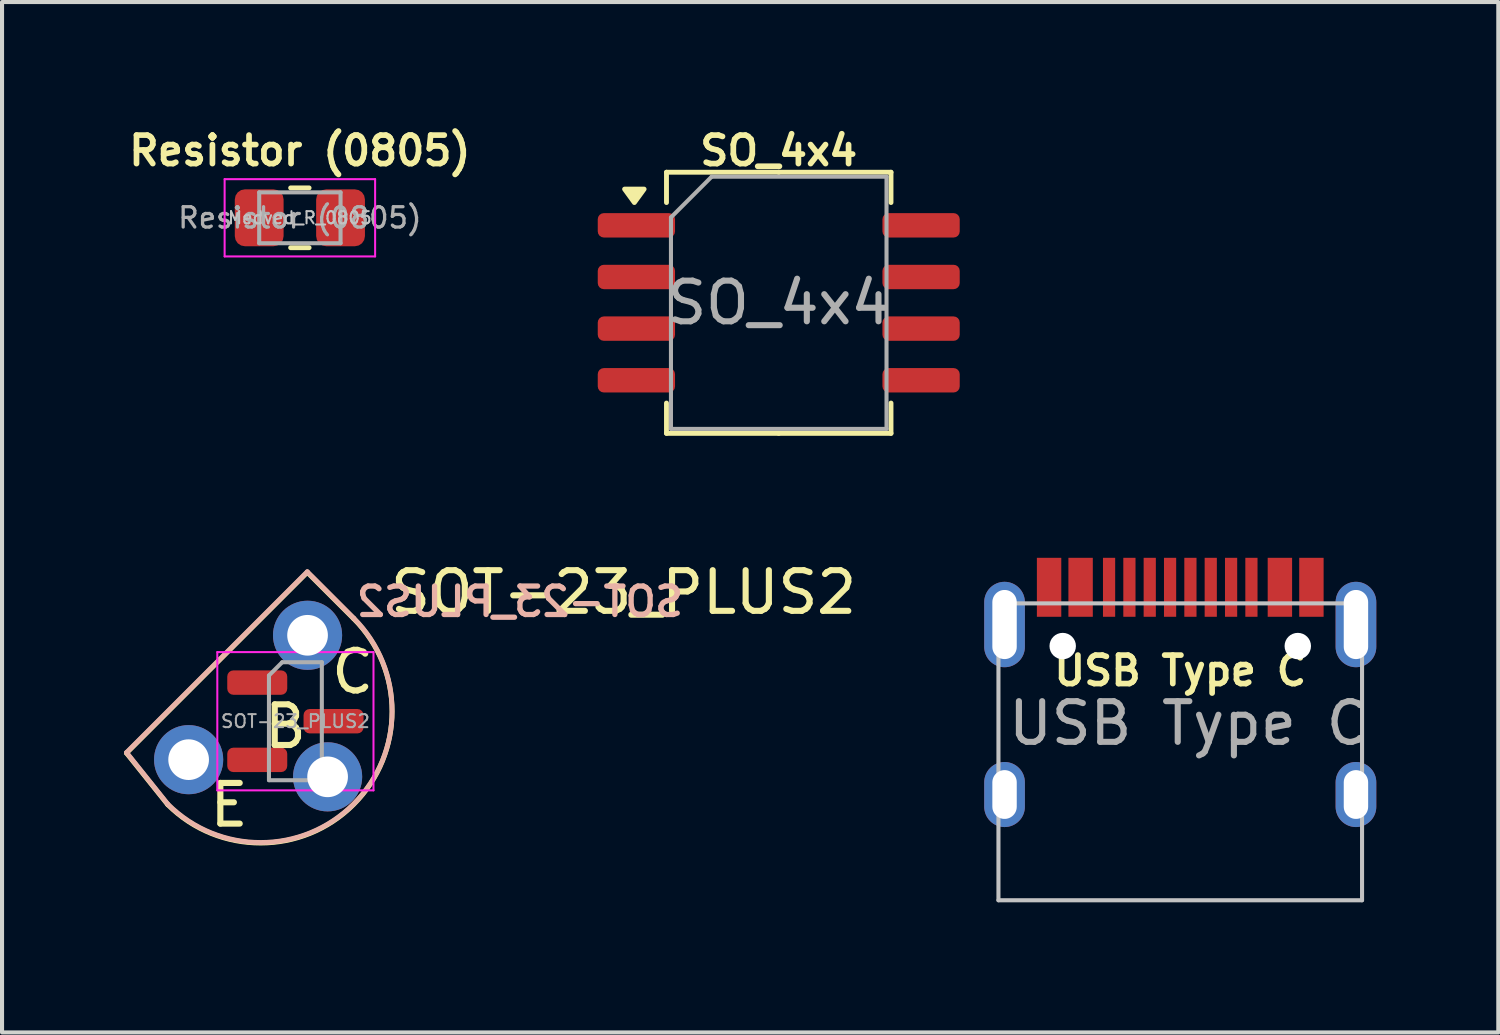
<source format=kicad_pcb>
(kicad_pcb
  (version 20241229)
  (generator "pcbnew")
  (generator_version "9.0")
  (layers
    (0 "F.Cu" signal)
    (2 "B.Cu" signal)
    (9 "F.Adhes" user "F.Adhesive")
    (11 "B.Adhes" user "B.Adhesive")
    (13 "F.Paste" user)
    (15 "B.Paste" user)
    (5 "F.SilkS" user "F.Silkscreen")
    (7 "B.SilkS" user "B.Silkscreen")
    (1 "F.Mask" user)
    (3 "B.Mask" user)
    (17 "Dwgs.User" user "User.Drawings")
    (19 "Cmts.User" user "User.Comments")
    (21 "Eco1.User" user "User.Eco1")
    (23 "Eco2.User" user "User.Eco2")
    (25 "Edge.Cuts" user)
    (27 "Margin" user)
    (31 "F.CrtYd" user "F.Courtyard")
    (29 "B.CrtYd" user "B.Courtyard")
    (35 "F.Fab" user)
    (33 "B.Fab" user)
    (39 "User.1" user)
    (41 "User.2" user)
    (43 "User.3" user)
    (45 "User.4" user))
  (footprint "SO_4x4"
    (layer "F.Cu")
    (at 16.097 4.395)
    (property "Reference" "SO_4x4" (at 0 -3.74 0) (layer "F.SilkS") (effects (font (size 0.7 0.7) (thickness 0.14) (bold yes))))
    (attr smd)
    (fp_line (start -2.76 -3.21) (end -2.76 -2.465) (stroke (width 0.12) (type solid)) (layer "F.SilkS"))
    (fp_line (start -2.76 3.21) (end -2.76 2.465) (stroke (width 0.12) (type solid)) (layer "F.SilkS"))
    (fp_line (start 0 -3.21) (end -2.76 -3.21) (stroke (width 0.12) (type solid)) (layer "F.SilkS"))
    (fp_line (start 0 -3.21) (end 2.76 -3.21) (stroke (width 0.12) (type solid)) (layer "F.SilkS"))
    (fp_line (start 0 3.21) (end -2.76 3.21) (stroke (width 0.12) (type solid)) (layer "F.SilkS"))
    (fp_line (start 0 3.21) (end 2.76 3.21) (stroke (width 0.12) (type solid)) (layer "F.SilkS"))
    (fp_line (start 2.76 -3.21) (end 2.76 -2.465) (stroke (width 0.12) (type solid)) (layer "F.SilkS"))
    (fp_line (start 2.76 3.21) (end 2.76 2.465) (stroke (width 0.12) (type solid)) (layer "F.SilkS"))
    (fp_poly (pts (xy -3.55 -2.465) (xy -3.79 -2.795) (xy -3.31 -2.795) (xy -3.55 -2.465)) (stroke (width 0.12) (type solid)) (fill yes) (layer "F.SilkS"))
    (fp_line (start -2.65 -2.1) (end -1.65 -3.1) (stroke (width 0.1) (type solid)) (layer "F.Fab"))
    (fp_line (start -2.65 3.1) (end -2.65 -2.1) (stroke (width 0.1) (type solid)) (layer "F.Fab"))
    (fp_line (start -1.65 -3.1) (end 2.65 -3.1) (stroke (width 0.1) (type solid)) (layer "F.Fab"))
    (fp_line (start 2.65 -3.1) (end 2.65 3.1) (stroke (width 0.1) (type solid)) (layer "F.Fab"))
    (fp_line (start 2.65 3.1) (end -2.65 3.1) (stroke (width 0.1) (type solid)) (layer "F.Fab"))
    (fp_text user "${REFERENCE}" (at 0 0 0) (layer "F.Fab") (effects (font (size 1 1) (thickness 0.15))))
    (pad "1" smd roundrect (at -3.5 -1.905) (size 1.9 0.6) (layers "F.Cu" "F.Mask" "F.Paste") (roundrect_rratio 0.25))
    (pad "2" smd roundrect (at -3.5 -0.635) (size 1.9 0.6) (layers "F.Cu" "F.Mask" "F.Paste") (roundrect_rratio 0.25))
    (pad "3" smd roundrect (at -3.5 0.635) (size 1.9 0.6) (layers "F.Cu" "F.Mask" "F.Paste") (roundrect_rratio 0.25))
    (pad "4" smd roundrect (at -3.5 1.905) (size 1.9 0.6) (layers "F.Cu" "F.Mask" "F.Paste") (roundrect_rratio 0.25))
    (pad "5" smd roundrect (at 3.5 1.905) (size 1.9 0.6) (layers "F.Cu" "F.Mask" "F.Paste") (roundrect_rratio 0.25))
    (pad "6" smd roundrect (at 3.5 0.635) (size 1.9 0.6) (layers "F.Cu" "F.Mask" "F.Paste") (roundrect_rratio 0.25))
    (pad "7" smd roundrect (at 3.5 -0.635) (size 1.9 0.6) (layers "F.Cu" "F.Mask" "F.Paste") (roundrect_rratio 0.25))
    (pad "8" smd roundrect (at 3.5 -1.905) (size 1.9 0.6) (layers "F.Cu" "F.Mask" "F.Paste") (roundrect_rratio 0.25)))
  (footprint "Resistor (0805)"
    (layer "F.Cu")
    (at 4.323 2.305)
    (property "Reference" "Resistor (0805)" (at 0 -1.65 0) (layer "F.SilkS") (effects (font (size 0.7 0.7) (thickness 0.14) (bold yes))))
    (property "Value" "Medved_R_0805" (at 0 1.65 0) (layer "F.Fab") (hide yes) (effects (font (size 1 1) (thickness 0.15))))
    (attr smd)
    (fp_line (start -0.227 -0.735) (end 0.227 -0.735) (stroke (width 0.12) (type solid)) (layer "F.SilkS"))
    (fp_line (start -0.227 0.735) (end 0.227 0.735) (stroke (width 0.12) (type solid)) (layer "F.SilkS"))
    (fp_line (start -1.85 -0.95) (end 1.85 -0.95) (stroke (width 0.05) (type solid)) (layer "F.CrtYd"))
    (fp_line (start -1.85 0.95) (end -1.85 -0.95) (stroke (width 0.05) (type solid)) (layer "F.CrtYd"))
    (fp_line (start 1.85 -0.95) (end 1.85 0.95) (stroke (width 0.05) (type solid)) (layer "F.CrtYd"))
    (fp_line (start 1.85 0.95) (end -1.85 0.95) (stroke (width 0.05) (type solid)) (layer "F.CrtYd"))
    (fp_line (start -1 -0.625) (end 1 -0.625) (stroke (width 0.1) (type solid)) (layer "F.Fab"))
    (fp_line (start -1 0.625) (end -1 -0.625) (stroke (width 0.1) (type solid)) (layer "F.Fab"))
    (fp_line (start 1 -0.625) (end 1 0.625) (stroke (width 0.1) (type solid)) (layer "F.Fab"))
    (fp_line (start 1 0.625) (end -1 0.625) (stroke (width 0.1) (type solid)) (layer "F.Fab"))
    (fp_text user "${VALUE}" (at 0 0 0) (layer "Dwgs.User") (effects (font (size 0.3 0.3) (thickness 0.05) (bold yes))))
    (fp_text user "${REFERENCE}" (at 0 0 0) (layer "F.Fab") (effects (font (size 0.5 0.5) (thickness 0.08))))
    (pad "1" smd roundrect (at -1 0) (size 1.2 1.4) (layers "F.Cu" "F.Mask" "F.Paste") (roundrect_rratio 0.208))
    (pad "2" smd roundrect (at 1 0) (size 1.2 1.4) (layers "F.Cu" "F.Mask" "F.Paste") (roundrect_rratio 0.208)))
  (footprint "USB Type C"
    (layer "F.Cu")
    (at 25.969 19.085)
    (property "Reference" "USB Type C" (at 0 -5.645 180) (layer "F.SilkS") (effects (font (size 0.7 0.7) (thickness 0.14) (bold yes))))
    (attr through_hole)
    (fp_line (start -4.47 -7.3) (end 4.47 -7.3) (stroke (width 0.1) (type solid)) (layer "Dwgs.User"))
    (fp_line (start -4.47 0) (end -4.47 -7.3) (stroke (width 0.1) (type solid)) (layer "Dwgs.User"))
    (fp_line (start -4.47 0) (end 4.47 0) (stroke (width 0.1) (type solid)) (layer "Dwgs.User"))
    (fp_line (start 4.47 0) (end 4.47 -7.3) (stroke (width 0.1) (type solid)) (layer "Dwgs.User"))
    (fp_text user "${REFERENCE}" (at 0.2 -4.35 180) (layer "F.Fab") (effects (font (size 1 1) (thickness 0.15))))
    (pad "" np_thru_hole circle (at -2.89 -6.25) (size 0.65 0.65) (drill 0.65) (layers "*.Cu" "*.Mask"))
    (pad "" np_thru_hole circle (at 2.89 -6.25) (size 0.65 0.65) (drill 0.65) (layers "*.Cu" "*.Mask"))
    (pad "1" smd rect (at -3.225 -7.695) (size 0.6 1.45) (layers "F.Cu" "F.Mask" "F.Paste"))
    (pad "2" smd rect (at -2.45 -7.695) (size 0.6 1.45) (layers "F.Cu" "F.Mask" "F.Paste"))
    (pad "3" smd rect (at -1.75 -7.695) (size 0.3 1.45) (layers "F.Cu" "F.Mask" "F.Paste"))
    (pad "4" smd rect (at -1.25 -7.695) (size 0.3 1.45) (layers "F.Cu" "F.Mask" "F.Paste"))
    (pad "5" smd rect (at -0.75 -7.695) (size 0.3 1.45) (layers "F.Cu" "F.Mask" "F.Paste"))
    (pad "6" smd rect (at -0.25 -7.695) (size 0.3 1.45) (layers "F.Cu" "F.Mask" "F.Paste"))
    (pad "7" smd rect (at 0.25 -7.695) (size 0.3 1.45) (layers "F.Cu" "F.Mask" "F.Paste"))
    (pad "8" smd rect (at 0.75 -7.695) (size 0.3 1.45) (layers "F.Cu" "F.Mask" "F.Paste"))
    (pad "9" smd rect (at 1.25 -7.695) (size 0.3 1.45) (layers "F.Cu" "F.Mask" "F.Paste"))
    (pad "10" smd rect (at 1.75 -7.695) (size 0.3 1.45) (layers "F.Cu" "F.Mask" "F.Paste"))
    (pad "11" smd rect (at 2.45 -7.695) (size 0.6 1.45) (layers "F.Cu" "F.Mask" "F.Paste"))
    (pad "12" smd rect (at 3.225 -7.695) (size 0.6 1.45) (layers "F.Cu" "F.Mask" "F.Paste"))
    (pad "13" thru_hole oval (at -4.32 -6.78) (size 1 2.1) (drill oval 0.6 1.7) (layers "*.Cu" "*.Mask"))
    (pad "13" thru_hole oval (at -4.32 -2.6) (size 1 1.6) (drill oval 0.6 1.2) (layers "*.Cu" "*.Mask"))
    (pad "13" thru_hole oval (at 4.32 -6.78) (size 1 2.1) (drill oval 0.6 1.7) (layers "*.Cu" "*.Mask"))
    (pad "13" thru_hole oval (at 4.32 -2.6) (size 1 1.6) (drill oval 0.6 1.2) (layers "*.Cu" "*.Mask")))
  (footprint "SOT-23_PLUS2"
    (layer "F.Cu")
    (at 4.213 14.683)
    (property "Reference" "SOT-23_PLUS2" (at 2.257 -3.169 0) (layer "F.SilkS") (effects (font (size 1 1) (thickness 0.15)) (justify left)))
    (attr smd)
    (fp_line (start -3.137 2.053) (end -4.153 0.783) (stroke (width 0.12) (type solid)) (layer "F.SilkS"))
    (fp_line (start 0.292 -3.662) (end -4.153 0.783) (stroke (width 0.12) (type solid)) (layer "F.SilkS"))
    (fp_line (start 1.435 -2.519) (end 0.292 -3.662) (stroke (width 0.12) (type solid)) (layer "F.SilkS"))
    (fp_arc (start 1.434959 -2.51882) (mid 1.434959 2.05318) (end -3.137041 2.05318) (stroke (width 0.12) (type solid)) (layer "F.SilkS"))
    (fp_line (start -3.136 2.04) (end -4.152 0.77) (stroke (width 0.12) (type solid)) (layer "B.SilkS"))
    (fp_line (start 0.293 -3.675) (end -4.152 0.77) (stroke (width 0.12) (type solid)) (layer "B.SilkS"))
    (fp_line (start 1.436 -2.532) (end 0.293 -3.675) (stroke (width 0.12) (type solid)) (layer "B.SilkS"))
    (fp_arc (start 1.436025 -2.532) (mid 1.436025 2.04) (end -3.135975 2.04) (stroke (width 0.12) (type solid)) (layer "B.SilkS"))
    (fp_line (start -1.92 -1.7) (end -1.92 1.7) (stroke (width 0.05) (type solid)) (layer "F.CrtYd"))
    (fp_line (start -1.92 1.7) (end 1.92 1.7) (stroke (width 0.05) (type solid)) (layer "F.CrtYd"))
    (fp_line (start 1.92 -1.7) (end -1.92 -1.7) (stroke (width 0.05) (type solid)) (layer "F.CrtYd"))
    (fp_line (start 1.92 1.7) (end 1.92 -1.7) (stroke (width 0.05) (type solid)) (layer "F.CrtYd"))
    (fp_line (start -0.65 -1.125) (end -0.325 -1.45) (stroke (width 0.1) (type solid)) (layer "F.Fab"))
    (fp_line (start -0.65 1.45) (end -0.65 -1.125) (stroke (width 0.1) (type solid)) (layer "F.Fab"))
    (fp_line (start -0.325 -1.45) (end 0.65 -1.45) (stroke (width 0.1) (type solid)) (layer "F.Fab"))
    (fp_line (start 0.65 -1.45) (end 0.65 1.45) (stroke (width 0.1) (type solid)) (layer "F.Fab"))
    (fp_line (start 0.65 1.45) (end -0.65 1.45) (stroke (width 0.1) (type solid)) (layer "F.Fab"))
    (fp_text user "C" (at 1.407 -1.211 0) (unlocked yes) (layer "F.SilkS") (effects (font (size 1 1) (thickness 0.15))))
    (fp_text user "B" (at -0.246 0.13 0) (unlocked yes) (layer "F.SilkS") (effects (font (size 1 1) (thickness 0.15))))
    (fp_text user "E" (at -1.631 2.062 0) (unlocked yes) (layer "F.SilkS") (effects (font (size 1 1) (thickness 0.15))))
    (fp_text user "${REFERENCE}" (at 1.436 -2.532 0) (unlocked yes) (layer "B.SilkS") (effects (font (size 0.7 0.7) (thickness 0.13) (bold yes)) (justify right bottom mirror)))
    (fp_text user "${REFERENCE}" (at 0 0 0) (layer "F.Fab") (effects (font (size 0.32 0.32) (thickness 0.05))))
    (pad "1" smd roundrect (at -0.938 -0.95) (size 1.475 0.6) (layers "F.Cu" "F.Mask" "F.Paste") (roundrect_rratio 0.25))
    (pad "1" thru_hole circle (at 0.792 1.367) (size 1.7 1.7) (drill 1) (layers "*.Cu" "*.Mask"))
    (pad "2" thru_hole circle (at -2.625 0.945) (size 1.7 1.7) (drill 1) (layers "*.Cu" "*.Mask"))
    (pad "2" smd roundrect (at -0.938 0.95) (size 1.475 0.6) (layers "F.Cu" "F.Mask" "F.Paste") (roundrect_rratio 0.25))
    (pad "3" thru_hole circle (at 0.299 -2.113) (size 1.7 1.7) (drill 1) (layers "*.Cu" "*.Mask"))
    (pad "3" smd roundrect (at 0.938 0) (size 1.475 0.6) (layers "F.Cu" "F.Mask" "F.Paste") (roundrect_rratio 0.25)))
  (gr_rect
    (start -3 -3)
    (end 33.789 22.335)
    (stroke (width 0.1) (type default))
    (fill no)
    (layer "Edge.Cuts")))
</source>
